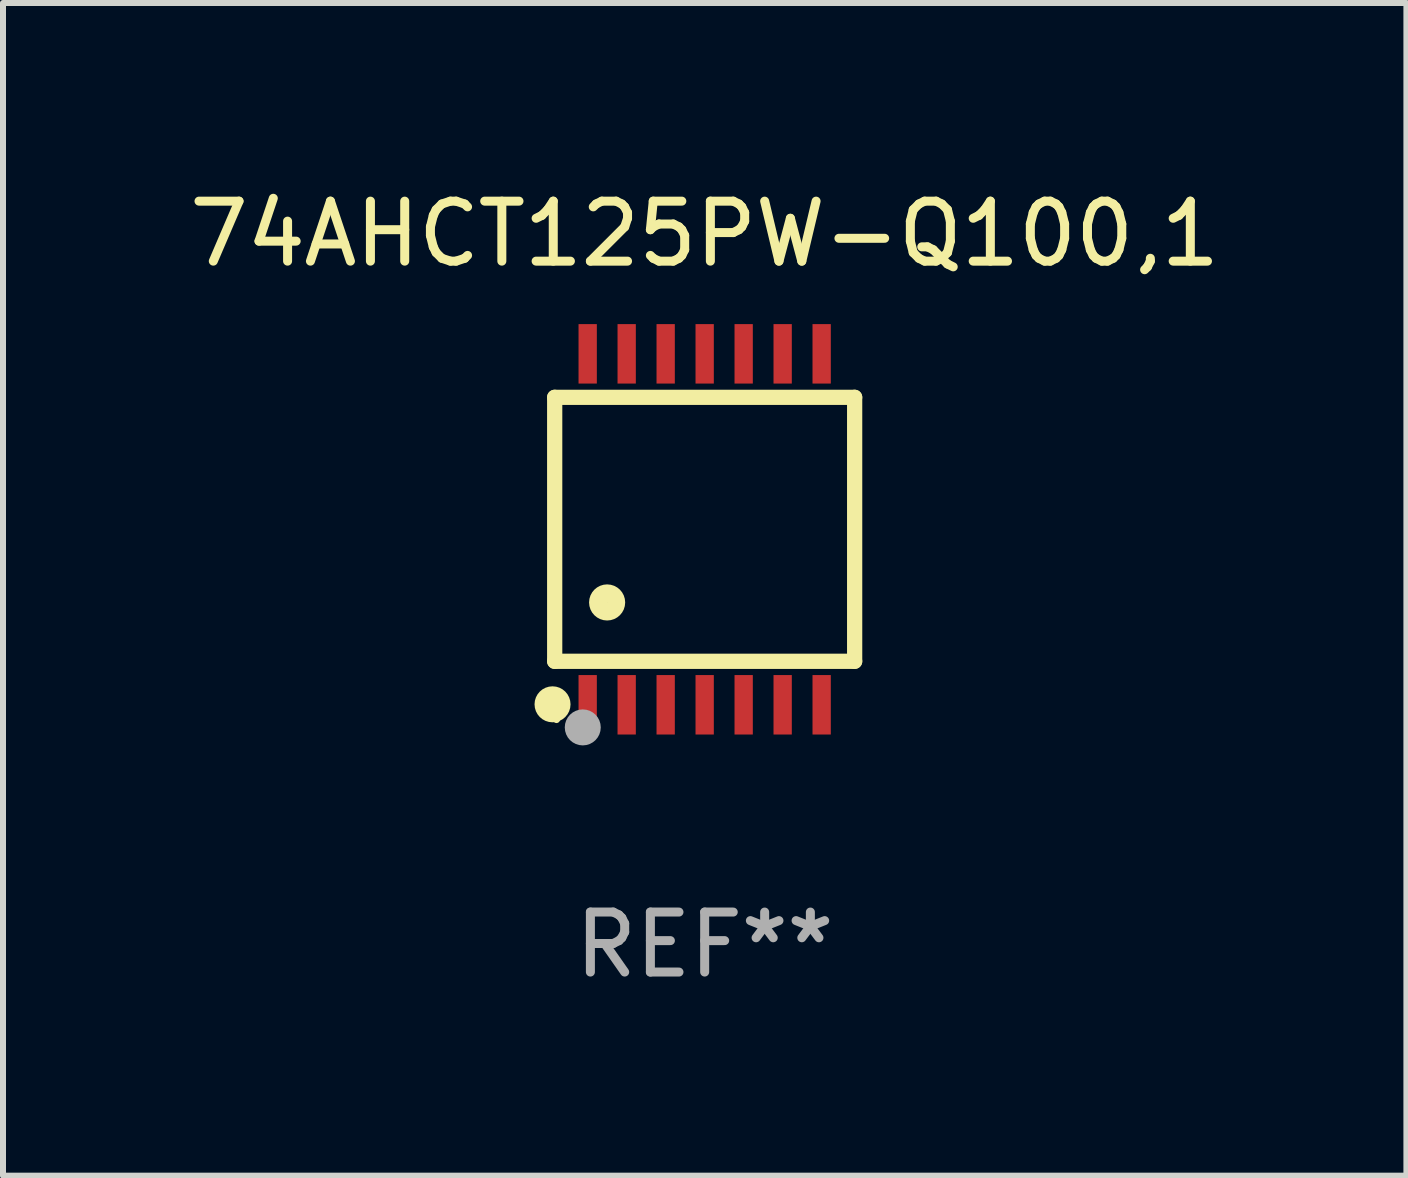
<source format=kicad_pcb>
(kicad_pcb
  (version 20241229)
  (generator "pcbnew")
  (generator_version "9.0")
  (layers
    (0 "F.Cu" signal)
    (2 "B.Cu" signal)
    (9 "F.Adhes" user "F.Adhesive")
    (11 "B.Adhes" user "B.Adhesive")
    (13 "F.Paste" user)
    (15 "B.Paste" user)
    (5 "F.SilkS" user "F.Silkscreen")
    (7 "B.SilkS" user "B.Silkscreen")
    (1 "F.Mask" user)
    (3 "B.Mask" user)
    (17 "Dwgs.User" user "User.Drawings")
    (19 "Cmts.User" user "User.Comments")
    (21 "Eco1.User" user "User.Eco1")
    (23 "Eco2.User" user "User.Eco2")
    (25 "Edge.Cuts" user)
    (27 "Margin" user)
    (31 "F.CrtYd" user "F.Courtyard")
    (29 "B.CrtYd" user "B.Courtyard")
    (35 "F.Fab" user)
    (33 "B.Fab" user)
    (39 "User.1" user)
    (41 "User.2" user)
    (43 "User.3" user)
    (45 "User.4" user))
  (footprint "74AHCT125PW-Q100,1"
    (layer "F.Cu")
    (at 8.696 5.773)
    (property "Reference" "74AHCT125PW-Q100,1" (at 0 -4.925 0) (layer "F.SilkS") (effects (font (size 1 1) (thickness 0.15))))
    (attr through_hole)
    (fp_line (start -2.5 2.2) (end -2.5 -2.2) (stroke (width 0.254) (type solid)) (layer "F.SilkS"))
    (fp_line (start -2.5 2.2) (end 2.5 2.2) (stroke (width 0.254) (type solid)) (layer "F.SilkS"))
    (fp_line (start 2.5 -2.2) (end -2.5 -2.2) (stroke (width 0.254) (type solid)) (layer "F.SilkS"))
    (fp_line (start 2.5 -2.2) (end 2.5 2.2) (stroke (width 0.254) (type solid)) (layer "F.SilkS"))
    (fp_circle (center -2.536 2.917) (end -2.386 2.917) (stroke (width 0.3) (type solid)) (fill no) (layer "F.SilkS"))
    (fp_circle (center -2.47 3.17) (end -2.44 3.17) (stroke (width 0.06) (type solid)) (fill no) (layer "F.SilkS"))
    (fp_circle (center -1.626 1.219) (end -1.475 1.219) (stroke (width 0.3) (type solid)) (fill no) (layer "F.SilkS"))
    (fp_circle (center -2.032 3.302) (end -1.882 3.302) (stroke (width 0.3) (type solid)) (fill no) (layer "F.Fab"))
    (fp_text user "REF**" (at 0 6.925 0) (layer "F.Fab") (effects (font (size 1 1) (thickness 0.15))))
    (pad "1" smd rect (at -1.95 2.925) (size 0.305 0.991) (layers "F.Cu" "F.Mask" "F.Paste"))
    (pad "2" smd rect (at -1.3 2.925) (size 0.305 0.991) (layers "F.Cu" "F.Mask" "F.Paste"))
    (pad "3" smd rect (at -0.65 2.925) (size 0.305 0.991) (layers "F.Cu" "F.Mask" "F.Paste"))
    (pad "4" smd rect (at 0 2.925) (size 0.305 0.991) (layers "F.Cu" "F.Mask" "F.Paste"))
    (pad "5" smd rect (at 0.65 2.925) (size 0.305 0.991) (layers "F.Cu" "F.Mask" "F.Paste"))
    (pad "6" smd rect (at 1.3 2.925) (size 0.305 0.991) (layers "F.Cu" "F.Mask" "F.Paste"))
    (pad "7" smd rect (at 1.95 2.925) (size 0.305 0.991) (layers "F.Cu" "F.Mask" "F.Paste"))
    (pad "8" smd rect (at 1.95 -2.925) (size 0.305 0.991) (layers "F.Cu" "F.Mask" "F.Paste"))
    (pad "9" smd rect (at 1.3 -2.925) (size 0.305 0.991) (layers "F.Cu" "F.Mask" "F.Paste"))
    (pad "10" smd rect (at 0.65 -2.925) (size 0.305 0.991) (layers "F.Cu" "F.Mask" "F.Paste"))
    (pad "11" smd rect (at 0 -2.925) (size 0.305 0.991) (layers "F.Cu" "F.Mask" "F.Paste"))
    (pad "12" smd rect (at -0.65 -2.925) (size 0.305 0.991) (layers "F.Cu" "F.Mask" "F.Paste"))
    (pad "13" smd rect (at -1.3 -2.925) (size 0.305 0.991) (layers "F.Cu" "F.Mask" "F.Paste"))
    (pad "14" smd rect (at -1.95 -2.925) (size 0.305 0.991) (layers "F.Cu" "F.Mask" "F.Paste")))
  (gr_rect
    (start -3 -3)
    (end 20.393 16.547)
    (stroke (width 0.1) (type default))
    (fill no)
    (layer "Edge.Cuts")))
</source>
